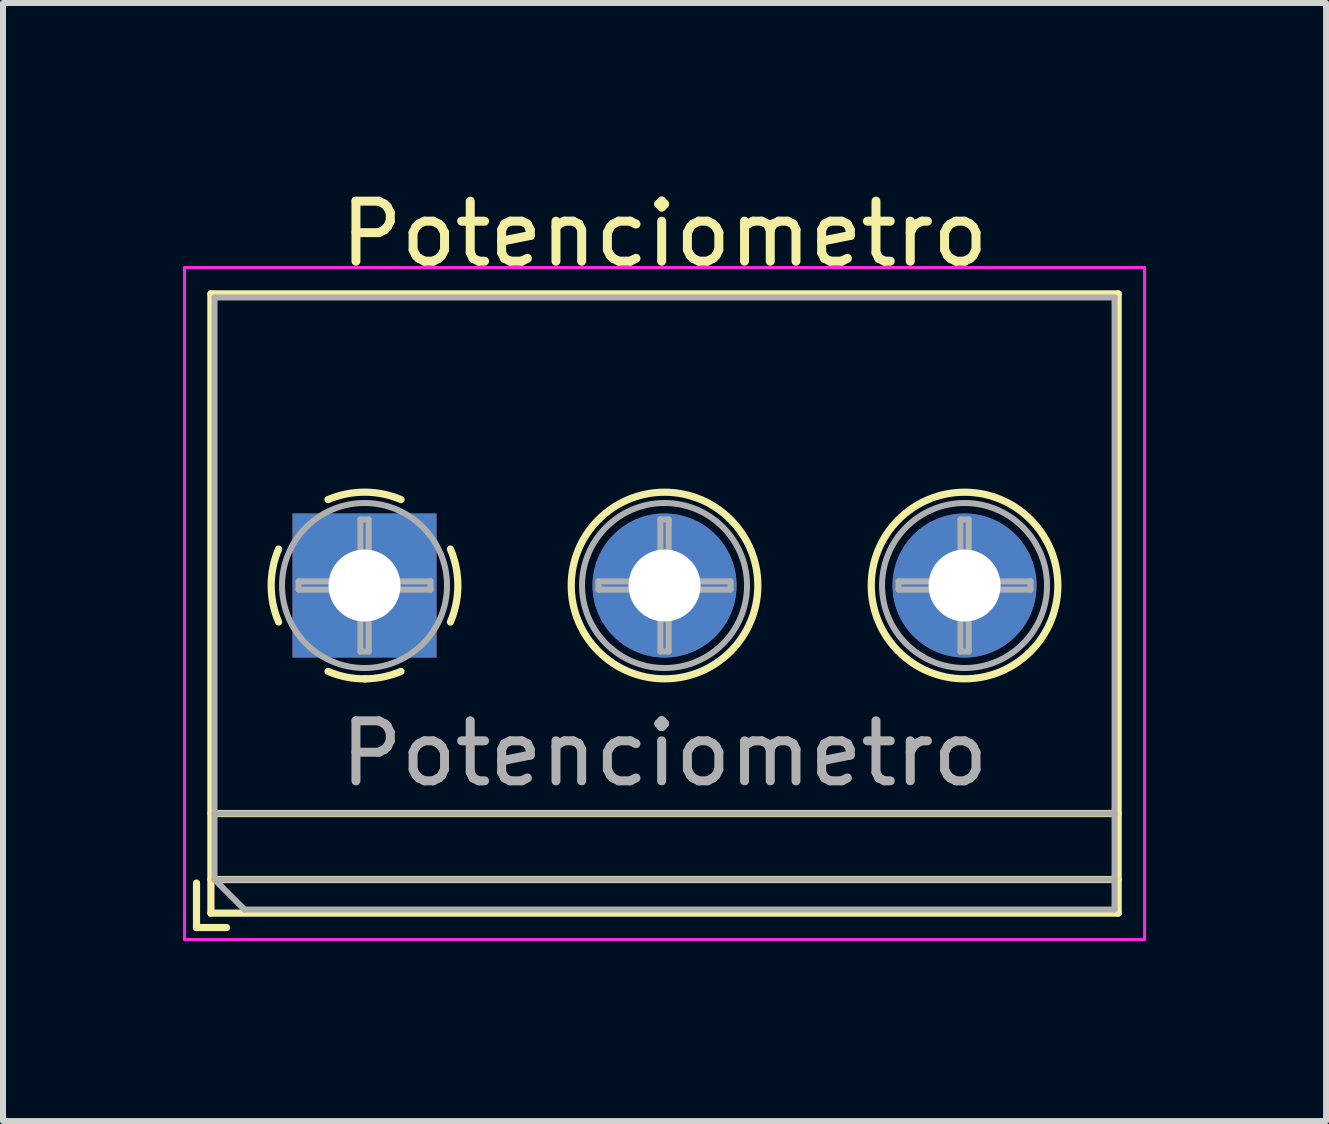
<source format=kicad_pcb>
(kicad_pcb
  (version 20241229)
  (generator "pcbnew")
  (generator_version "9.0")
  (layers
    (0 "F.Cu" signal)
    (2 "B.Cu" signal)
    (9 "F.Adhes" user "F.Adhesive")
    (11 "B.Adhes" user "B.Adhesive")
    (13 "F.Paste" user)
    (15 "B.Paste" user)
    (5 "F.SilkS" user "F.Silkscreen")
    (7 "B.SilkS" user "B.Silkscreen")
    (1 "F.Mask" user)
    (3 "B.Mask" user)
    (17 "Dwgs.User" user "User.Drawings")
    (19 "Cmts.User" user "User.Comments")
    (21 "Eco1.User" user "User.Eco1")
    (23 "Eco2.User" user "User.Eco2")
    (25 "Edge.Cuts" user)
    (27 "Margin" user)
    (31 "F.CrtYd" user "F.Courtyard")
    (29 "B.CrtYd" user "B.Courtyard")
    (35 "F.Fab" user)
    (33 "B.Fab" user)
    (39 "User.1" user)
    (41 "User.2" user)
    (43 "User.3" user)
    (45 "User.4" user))
  (footprint "Potenciometro"
    (layer "F.Cu")
    (at 3.025 6.708)
    (property "Reference" "Potenciometro" (at 5 -5.86 0) (layer "F.SilkS") (effects (font (size 1 1) (thickness 0.15))))
    (attr through_hole)
    (fp_line (start -2.8 4.96) (end -2.8 5.7) (stroke (width 0.12) (type solid)) (layer "F.SilkS"))
    (fp_line (start -2.8 5.7) (end -2.3 5.7) (stroke (width 0.12) (type solid)) (layer "F.SilkS"))
    (fp_line (start -2.56 -4.86) (end -2.56 5.46) (stroke (width 0.12) (type solid)) (layer "F.SilkS"))
    (fp_line (start -2.56 -4.86) (end 12.56 -4.86) (stroke (width 0.12) (type solid)) (layer "F.SilkS"))
    (fp_line (start -2.56 3.8) (end 12.56 3.8) (stroke (width 0.12) (type solid)) (layer "F.SilkS"))
    (fp_line (start -2.56 4.9) (end 12.56 4.9) (stroke (width 0.12) (type solid)) (layer "F.SilkS"))
    (fp_line (start -2.56 5.46) (end 12.56 5.46) (stroke (width 0.12) (type solid)) (layer "F.SilkS"))
    (fp_line (start 12.56 -4.86) (end 12.56 5.46) (stroke (width 0.12) (type solid)) (layer "F.SilkS"))
    (fp_arc (start -1.432109 0.607742) (mid -1.555727 -0.00014) (end -1.432 -0.608) (stroke (width 0.12) (type solid)) (layer "F.SilkS"))
    (fp_arc (start -0.607742 -1.432109) (mid 0.00014 -1.555727) (end 0.608 -1.432) (stroke (width 0.12) (type solid)) (layer "F.SilkS"))
    (fp_arc (start 0.027011 1.555493) (mid -0.296984 1.527118) (end -0.608 1.432) (stroke (width 0.12) (type solid)) (layer "F.SilkS"))
    (fp_arc (start 0.607587 1.431385) (mid 0.310017 1.523783) (end 0 1.555) (stroke (width 0.12) (type solid)) (layer "F.SilkS"))
    (fp_arc (start 1.432109 -0.607742) (mid 1.555727 0.00014) (end 1.432 0.608) (stroke (width 0.12) (type solid)) (layer "F.SilkS"))
    (fp_circle (center 5 0) (end 6.555 0) (stroke (width 0.12) (type solid)) (fill no) (layer "F.SilkS"))
    (fp_circle (center 10 0) (end 11.555 0) (stroke (width 0.12) (type solid)) (fill no) (layer "F.SilkS"))
    (fp_line (start -3 -5.3) (end -3 5.9) (stroke (width 0.05) (type solid)) (layer "F.CrtYd"))
    (fp_line (start -3 5.9) (end 13 5.9) (stroke (width 0.05) (type solid)) (layer "F.CrtYd"))
    (fp_line (start 13 -5.3) (end -3 -5.3) (stroke (width 0.05) (type solid)) (layer "F.CrtYd"))
    (fp_line (start 13 5.9) (end 13 -5.3) (stroke (width 0.05) (type solid)) (layer "F.CrtYd"))
    (fp_line (start -2.5 -4.8) (end 12.5 -4.8) (stroke (width 0.1) (type solid)) (layer "F.Fab"))
    (fp_line (start -2.5 3.8) (end 12.5 3.8) (stroke (width 0.1) (type solid)) (layer "F.Fab"))
    (fp_line (start -2.5 4.9) (end -2.5 -4.8) (stroke (width 0.1) (type solid)) (layer "F.Fab"))
    (fp_line (start -2.5 4.9) (end 12.5 4.9) (stroke (width 0.1) (type solid)) (layer "F.Fab"))
    (fp_line (start -2 5.4) (end -2.5 4.9) (stroke (width 0.1) (type solid)) (layer "F.Fab"))
    (fp_line (start -1.1 -0.069) (end -0.069 -0.069) (stroke (width 0.1) (type solid)) (layer "F.Fab"))
    (fp_line (start -1.1 0.069) (end -1.1 -0.069) (stroke (width 0.1) (type solid)) (layer "F.Fab"))
    (fp_line (start -0.069 -1.1) (end 0.069 -1.1) (stroke (width 0.1) (type solid)) (layer "F.Fab"))
    (fp_line (start -0.069 -0.069) (end -0.069 -1.1) (stroke (width 0.1) (type solid)) (layer "F.Fab"))
    (fp_line (start -0.069 0.069) (end -1.1 0.069) (stroke (width 0.1) (type solid)) (layer "F.Fab"))
    (fp_line (start -0.069 1.1) (end -0.069 0.069) (stroke (width 0.1) (type solid)) (layer "F.Fab"))
    (fp_line (start 0.069 -1.1) (end 0.069 -0.069) (stroke (width 0.1) (type solid)) (layer "F.Fab"))
    (fp_line (start 0.069 -0.069) (end 1.1 -0.069) (stroke (width 0.1) (type solid)) (layer "F.Fab"))
    (fp_line (start 0.069 0.069) (end 0.069 1.1) (stroke (width 0.1) (type solid)) (layer "F.Fab"))
    (fp_line (start 0.069 1.1) (end -0.069 1.1) (stroke (width 0.1) (type solid)) (layer "F.Fab"))
    (fp_line (start 1.1 -0.069) (end 1.1 0.069) (stroke (width 0.1) (type solid)) (layer "F.Fab"))
    (fp_line (start 1.1 0.069) (end 0.069 0.069) (stroke (width 0.1) (type solid)) (layer "F.Fab"))
    (fp_line (start 3.9 -0.069) (end 4.931 -0.069) (stroke (width 0.1) (type solid)) (layer "F.Fab"))
    (fp_line (start 3.9 0.069) (end 3.9 -0.069) (stroke (width 0.1) (type solid)) (layer "F.Fab"))
    (fp_line (start 4.931 -1.1) (end 5.069 -1.1) (stroke (width 0.1) (type solid)) (layer "F.Fab"))
    (fp_line (start 4.931 -0.069) (end 4.931 -1.1) (stroke (width 0.1) (type solid)) (layer "F.Fab"))
    (fp_line (start 4.931 0.069) (end 3.9 0.069) (stroke (width 0.1) (type solid)) (layer "F.Fab"))
    (fp_line (start 4.931 1.1) (end 4.931 0.069) (stroke (width 0.1) (type solid)) (layer "F.Fab"))
    (fp_line (start 5.069 -1.1) (end 5.069 -0.069) (stroke (width 0.1) (type solid)) (layer "F.Fab"))
    (fp_line (start 5.069 -0.069) (end 6.1 -0.069) (stroke (width 0.1) (type solid)) (layer "F.Fab"))
    (fp_line (start 5.069 0.069) (end 5.069 1.1) (stroke (width 0.1) (type solid)) (layer "F.Fab"))
    (fp_line (start 5.069 1.1) (end 4.931 1.1) (stroke (width 0.1) (type solid)) (layer "F.Fab"))
    (fp_line (start 6.1 -0.069) (end 6.1 0.069) (stroke (width 0.1) (type solid)) (layer "F.Fab"))
    (fp_line (start 6.1 0.069) (end 5.069 0.069) (stroke (width 0.1) (type solid)) (layer "F.Fab"))
    (fp_line (start 8.9 -0.069) (end 9.931 -0.069) (stroke (width 0.1) (type solid)) (layer "F.Fab"))
    (fp_line (start 8.9 0.069) (end 8.9 -0.069) (stroke (width 0.1) (type solid)) (layer "F.Fab"))
    (fp_line (start 9.931 -1.1) (end 10.069 -1.1) (stroke (width 0.1) (type solid)) (layer "F.Fab"))
    (fp_line (start 9.931 -0.069) (end 9.931 -1.1) (stroke (width 0.1) (type solid)) (layer "F.Fab"))
    (fp_line (start 9.931 0.069) (end 8.9 0.069) (stroke (width 0.1) (type solid)) (layer "F.Fab"))
    (fp_line (start 9.931 1.1) (end 9.931 0.069) (stroke (width 0.1) (type solid)) (layer "F.Fab"))
    (fp_line (start 10.069 -1.1) (end 10.069 -0.069) (stroke (width 0.1) (type solid)) (layer "F.Fab"))
    (fp_line (start 10.069 -0.069) (end 11.1 -0.069) (stroke (width 0.1) (type solid)) (layer "F.Fab"))
    (fp_line (start 10.069 0.069) (end 10.069 1.1) (stroke (width 0.1) (type solid)) (layer "F.Fab"))
    (fp_line (start 10.069 1.1) (end 9.931 1.1) (stroke (width 0.1) (type solid)) (layer "F.Fab"))
    (fp_line (start 11.1 -0.069) (end 11.1 0.069) (stroke (width 0.1) (type solid)) (layer "F.Fab"))
    (fp_line (start 11.1 0.069) (end 10.069 0.069) (stroke (width 0.1) (type solid)) (layer "F.Fab"))
    (fp_line (start 12.5 -4.8) (end 12.5 5.4) (stroke (width 0.1) (type solid)) (layer "F.Fab"))
    (fp_line (start 12.5 5.4) (end -2 5.4) (stroke (width 0.1) (type solid)) (layer "F.Fab"))
    (fp_circle (center 0 0) (end 1.375 0) (stroke (width 0.1) (type solid)) (fill no) (layer "F.Fab"))
    (fp_circle (center 5 0) (end 6.375 0) (stroke (width 0.1) (type solid)) (fill no) (layer "F.Fab"))
    (fp_circle (center 10 0) (end 11.375 0) (stroke (width 0.1) (type solid)) (fill no) (layer "F.Fab"))
    (fp_text user "${REFERENCE}" (at 5 2.8 0) (layer "F.Fab") (effects (font (size 1 1) (thickness 0.15))))
    (pad "1" thru_hole rect (at 0 0) (size 2.4 2.4) (drill 1.2) (layers "*.Cu" "*.Mask"))
    (pad "2" thru_hole circle (at 5 0) (size 2.4 2.4) (drill 1.2) (layers "*.Cu" "*.Mask"))
    (pad "3" thru_hole circle (at 10 0) (size 2.4 2.4) (drill 1.2) (layers "*.Cu" "*.Mask")))
  (gr_rect
    (start -3 -3)
    (end 19.05 15.633)
    (stroke (width 0.1) (type default))
    (fill no)
    (layer "Edge.Cuts")))
</source>
